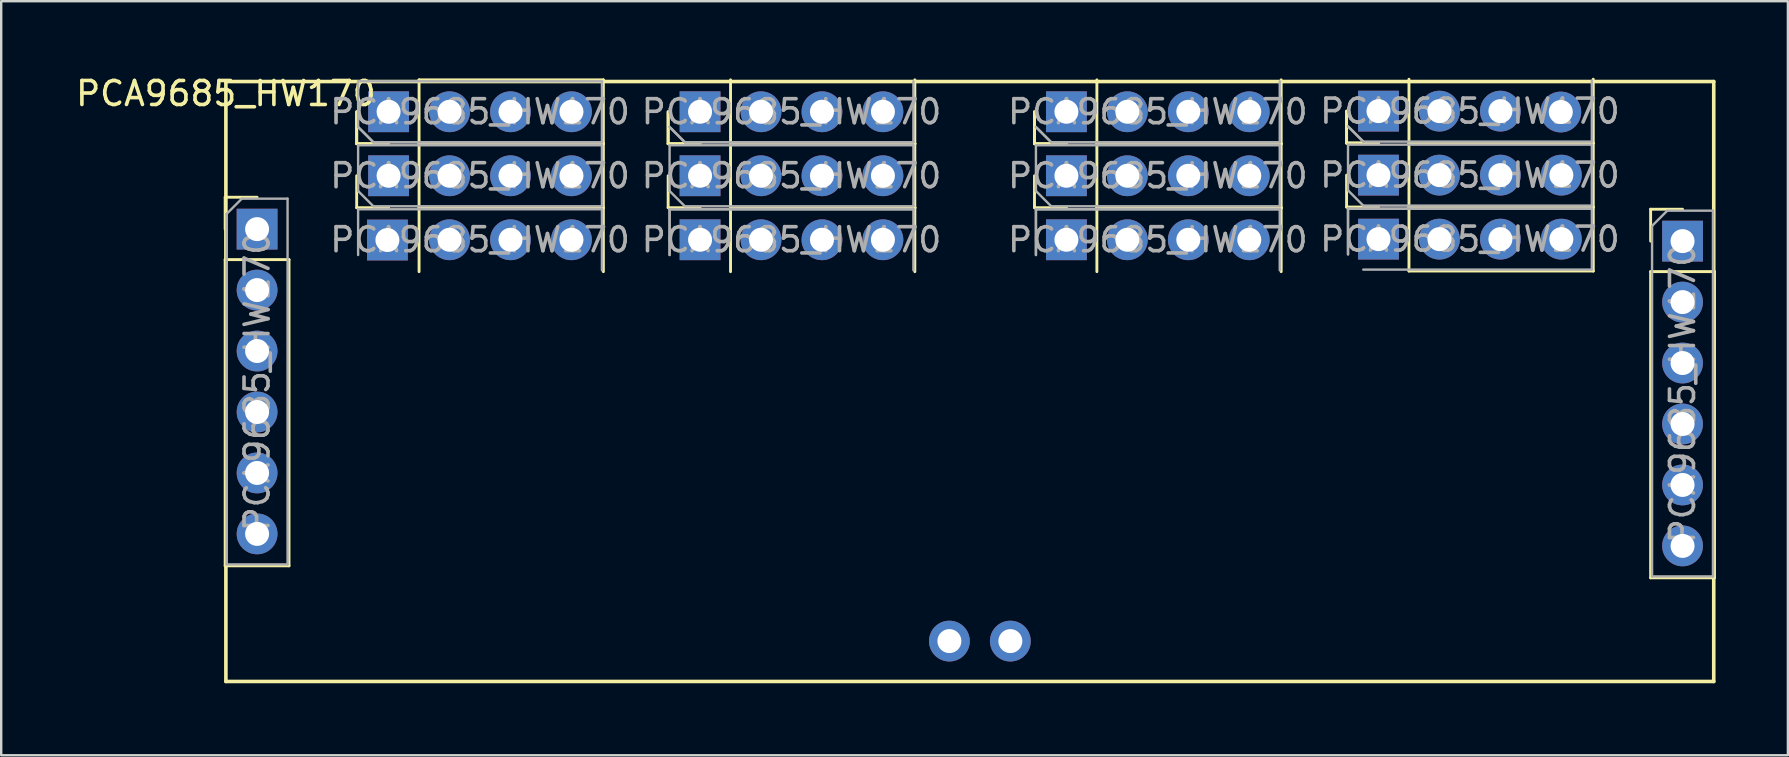
<source format=kicad_pcb>
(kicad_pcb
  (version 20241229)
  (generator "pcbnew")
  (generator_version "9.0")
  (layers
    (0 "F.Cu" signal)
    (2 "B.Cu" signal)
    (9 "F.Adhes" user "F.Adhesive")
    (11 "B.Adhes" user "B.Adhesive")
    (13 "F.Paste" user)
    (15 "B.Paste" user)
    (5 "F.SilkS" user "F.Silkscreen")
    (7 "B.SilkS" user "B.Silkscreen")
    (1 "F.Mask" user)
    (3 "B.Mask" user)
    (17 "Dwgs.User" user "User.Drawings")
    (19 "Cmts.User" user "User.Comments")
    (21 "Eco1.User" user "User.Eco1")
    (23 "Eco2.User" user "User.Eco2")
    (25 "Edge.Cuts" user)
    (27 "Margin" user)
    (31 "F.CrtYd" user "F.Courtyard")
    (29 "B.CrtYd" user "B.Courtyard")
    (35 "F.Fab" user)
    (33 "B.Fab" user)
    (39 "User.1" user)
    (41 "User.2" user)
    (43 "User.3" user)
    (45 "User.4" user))
  (footprint "PCA9685_HW170"
    (layer "F.Cu")
    (at 6.363 0.348)
    (property "Reference" "PCA9685_HW170" (at 0 0.5 0) (layer "F.SilkS") (effects (font (size 1 1) (thickness 0.15))))
    (attr through_hole)
    (fp_line (start -0.03 4.82) (end 1.3 4.82) (stroke (width 0.12) (type solid)) (layer "F.SilkS"))
    (fp_line (start -0.03 6.15) (end -0.03 4.82) (stroke (width 0.12) (type solid)) (layer "F.SilkS"))
    (fp_line (start -0.03 7.42) (end -0.03 20.18) (stroke (width 0.12) (type solid)) (layer "F.SilkS"))
    (fp_line (start -0.03 7.42) (end 2.63 7.42) (stroke (width 0.12) (type solid)) (layer "F.SilkS"))
    (fp_line (start -0.03 20.18) (end 2.63 20.18) (stroke (width 0.12) (type solid)) (layer "F.SilkS"))
    (fp_line (start 0 0) (end 0 25) (stroke (width 0.15) (type solid)) (layer "F.SilkS"))
    (fp_line (start 0 0) (end 62 0) (stroke (width 0.15) (type solid)) (layer "F.SilkS"))
    (fp_line (start 0 25) (end 62 25) (stroke (width 0.15) (type solid)) (layer "F.SilkS"))
    (fp_line (start 2.63 7.42) (end 2.63 20.18) (stroke (width 0.12) (type solid)) (layer "F.SilkS"))
    (fp_line (start 5.45 2.589) (end 5.45 1.259) (stroke (width 0.12) (type solid)) (layer "F.SilkS"))
    (fp_line (start 5.45 2.589) (end 5.45 1.259) (stroke (width 0.12) (type solid)) (layer "F.SilkS"))
    (fp_line (start 5.45 5.256) (end 5.45 3.926) (stroke (width 0.12) (type solid)) (layer "F.SilkS"))
    (fp_line (start 6.78 2.589) (end 5.45 2.589) (stroke (width 0.12) (type solid)) (layer "F.SilkS"))
    (fp_line (start 6.78 2.589) (end 5.45 2.589) (stroke (width 0.12) (type solid)) (layer "F.SilkS"))
    (fp_line (start 6.78 5.256) (end 5.45 5.256) (stroke (width 0.12) (type solid)) (layer "F.SilkS"))
    (fp_line (start 8.05 -0.071) (end 15.73 -0.071) (stroke (width 0.12) (type solid)) (layer "F.SilkS"))
    (fp_line (start 8.05 2.589) (end 8.05 -0.071) (stroke (width 0.12) (type solid)) (layer "F.SilkS"))
    (fp_line (start 8.05 2.589) (end 15.73 2.589) (stroke (width 0.12) (type solid)) (layer "F.SilkS"))
    (fp_line (start 8.05 2.589) (end 15.73 2.589) (stroke (width 0.12) (type solid)) (layer "F.SilkS"))
    (fp_line (start 8.05 2.596) (end 15.73 2.596) (stroke (width 0.12) (type solid)) (layer "F.SilkS"))
    (fp_line (start 8.05 5.256) (end 8.05 2.596) (stroke (width 0.12) (type solid)) (layer "F.SilkS"))
    (fp_line (start 8.05 5.256) (end 15.73 5.256) (stroke (width 0.12) (type solid)) (layer "F.SilkS"))
    (fp_line (start 8.05 5.263) (end 15.73 5.263) (stroke (width 0.12) (type solid)) (layer "F.SilkS"))
    (fp_line (start 8.05 7.923) (end 8.05 5.263) (stroke (width 0.12) (type solid)) (layer "F.SilkS"))
    (fp_line (start 15.73 2.589) (end 15.73 -0.071) (stroke (width 0.12) (type solid)) (layer "F.SilkS"))
    (fp_line (start 15.73 5.256) (end 15.73 2.596) (stroke (width 0.12) (type solid)) (layer "F.SilkS"))
    (fp_line (start 15.73 7.923) (end 15.73 5.263) (stroke (width 0.12) (type solid)) (layer "F.SilkS"))
    (fp_line (start 18.429 2.589) (end 18.429 1.259) (stroke (width 0.12) (type solid)) (layer "F.SilkS"))
    (fp_line (start 18.429 2.589) (end 18.429 1.259) (stroke (width 0.12) (type solid)) (layer "F.SilkS"))
    (fp_line (start 18.429 5.256) (end 18.429 3.926) (stroke (width 0.12) (type solid)) (layer "F.SilkS"))
    (fp_line (start 19.759 2.589) (end 18.429 2.589) (stroke (width 0.12) (type solid)) (layer "F.SilkS"))
    (fp_line (start 19.759 2.589) (end 18.429 2.589) (stroke (width 0.12) (type solid)) (layer "F.SilkS"))
    (fp_line (start 19.759 5.256) (end 18.429 5.256) (stroke (width 0.12) (type solid)) (layer "F.SilkS"))
    (fp_line (start 21.029 2.589) (end 21.029 -0.071) (stroke (width 0.12) (type solid)) (layer "F.SilkS"))
    (fp_line (start 21.029 2.589) (end 28.709 2.589) (stroke (width 0.12) (type solid)) (layer "F.SilkS"))
    (fp_line (start 21.029 2.589) (end 28.709 2.589) (stroke (width 0.12) (type solid)) (layer "F.SilkS"))
    (fp_line (start 21.029 2.596) (end 28.709 2.596) (stroke (width 0.12) (type solid)) (layer "F.SilkS"))
    (fp_line (start 21.029 5.256) (end 21.029 2.596) (stroke (width 0.12) (type solid)) (layer "F.SilkS"))
    (fp_line (start 21.029 5.256) (end 28.709 5.256) (stroke (width 0.12) (type solid)) (layer "F.SilkS"))
    (fp_line (start 21.029 5.263) (end 28.709 5.263) (stroke (width 0.12) (type solid)) (layer "F.SilkS"))
    (fp_line (start 21.029 5.263) (end 28.709 5.263) (stroke (width 0.12) (type solid)) (layer "F.SilkS"))
    (fp_line (start 21.029 7.923) (end 21.029 5.263) (stroke (width 0.12) (type solid)) (layer "F.SilkS"))
    (fp_line (start 28.709 2.589) (end 28.709 -0.071) (stroke (width 0.12) (type solid)) (layer "F.SilkS"))
    (fp_line (start 28.709 5.256) (end 28.709 2.596) (stroke (width 0.12) (type solid)) (layer "F.SilkS"))
    (fp_line (start 28.709 7.923) (end 28.709 5.263) (stroke (width 0.12) (type solid)) (layer "F.SilkS"))
    (fp_line (start 33.695 2.589) (end 33.695 1.259) (stroke (width 0.12) (type solid)) (layer "F.SilkS"))
    (fp_line (start 33.695 2.589) (end 33.695 1.259) (stroke (width 0.12) (type solid)) (layer "F.SilkS"))
    (fp_line (start 33.695 5.256) (end 33.695 3.926) (stroke (width 0.12) (type solid)) (layer "F.SilkS"))
    (fp_line (start 35.025 2.589) (end 33.695 2.589) (stroke (width 0.12) (type solid)) (layer "F.SilkS"))
    (fp_line (start 35.025 2.589) (end 33.695 2.589) (stroke (width 0.12) (type solid)) (layer "F.SilkS"))
    (fp_line (start 35.025 5.256) (end 33.695 5.256) (stroke (width 0.12) (type solid)) (layer "F.SilkS"))
    (fp_line (start 36.295 2.589) (end 36.295 -0.071) (stroke (width 0.12) (type solid)) (layer "F.SilkS"))
    (fp_line (start 36.295 2.589) (end 43.975 2.589) (stroke (width 0.12) (type solid)) (layer "F.SilkS"))
    (fp_line (start 36.295 2.589) (end 43.975 2.589) (stroke (width 0.12) (type solid)) (layer "F.SilkS"))
    (fp_line (start 36.295 2.596) (end 43.975 2.596) (stroke (width 0.12) (type solid)) (layer "F.SilkS"))
    (fp_line (start 36.295 5.256) (end 36.295 2.596) (stroke (width 0.12) (type solid)) (layer "F.SilkS"))
    (fp_line (start 36.295 5.256) (end 43.975 5.256) (stroke (width 0.12) (type solid)) (layer "F.SilkS"))
    (fp_line (start 36.295 5.263) (end 43.975 5.263) (stroke (width 0.12) (type solid)) (layer "F.SilkS"))
    (fp_line (start 36.295 5.263) (end 43.975 5.263) (stroke (width 0.12) (type solid)) (layer "F.SilkS"))
    (fp_line (start 36.295 7.923) (end 36.295 5.263) (stroke (width 0.12) (type solid)) (layer "F.SilkS"))
    (fp_line (start 43.975 2.589) (end 43.975 -0.071) (stroke (width 0.12) (type solid)) (layer "F.SilkS"))
    (fp_line (start 43.975 5.256) (end 43.975 2.596) (stroke (width 0.12) (type solid)) (layer "F.SilkS"))
    (fp_line (start 43.975 7.923) (end 43.975 5.263) (stroke (width 0.12) (type solid)) (layer "F.SilkS"))
    (fp_line (start 46.7 2.563) (end 46.7 1.233) (stroke (width 0.12) (type solid)) (layer "F.SilkS"))
    (fp_line (start 46.7 2.563) (end 46.7 1.233) (stroke (width 0.12) (type solid)) (layer "F.SilkS"))
    (fp_line (start 46.7 5.23) (end 46.7 3.9) (stroke (width 0.12) (type solid)) (layer "F.SilkS"))
    (fp_line (start 48.03 2.563) (end 46.7 2.563) (stroke (width 0.12) (type solid)) (layer "F.SilkS"))
    (fp_line (start 48.03 2.563) (end 46.7 2.563) (stroke (width 0.12) (type solid)) (layer "F.SilkS"))
    (fp_line (start 48.03 5.23) (end 46.7 5.23) (stroke (width 0.12) (type solid)) (layer "F.SilkS"))
    (fp_line (start 49.3 2.563) (end 49.3 -0.097) (stroke (width 0.12) (type solid)) (layer "F.SilkS"))
    (fp_line (start 49.3 2.563) (end 56.98 2.563) (stroke (width 0.12) (type solid)) (layer "F.SilkS"))
    (fp_line (start 49.3 2.57) (end 56.98 2.57) (stroke (width 0.12) (type solid)) (layer "F.SilkS"))
    (fp_line (start 49.3 5.23) (end 49.3 2.57) (stroke (width 0.12) (type solid)) (layer "F.SilkS"))
    (fp_line (start 49.3 5.23) (end 56.98 5.23) (stroke (width 0.12) (type solid)) (layer "F.SilkS"))
    (fp_line (start 49.3 5.237) (end 56.98 5.237) (stroke (width 0.12) (type solid)) (layer "F.SilkS"))
    (fp_line (start 49.3 5.237) (end 56.98 5.237) (stroke (width 0.12) (type solid)) (layer "F.SilkS"))
    (fp_line (start 49.3 7.897) (end 49.3 5.237) (stroke (width 0.12) (type solid)) (layer "F.SilkS"))
    (fp_line (start 49.3 7.897) (end 56.98 7.897) (stroke (width 0.12) (type solid)) (layer "F.SilkS"))
    (fp_line (start 56.98 2.563) (end 56.98 -0.097) (stroke (width 0.12) (type solid)) (layer "F.SilkS"))
    (fp_line (start 56.98 5.23) (end 56.98 2.57) (stroke (width 0.12) (type solid)) (layer "F.SilkS"))
    (fp_line (start 56.98 7.897) (end 56.98 5.237) (stroke (width 0.12) (type solid)) (layer "F.SilkS"))
    (fp_line (start 59.37 5.32) (end 60.7 5.32) (stroke (width 0.12) (type solid)) (layer "F.SilkS"))
    (fp_line (start 59.37 6.65) (end 59.37 5.32) (stroke (width 0.12) (type solid)) (layer "F.SilkS"))
    (fp_line (start 59.37 7.92) (end 59.37 20.68) (stroke (width 0.12) (type solid)) (layer "F.SilkS"))
    (fp_line (start 59.37 7.92) (end 62.03 7.92) (stroke (width 0.12) (type solid)) (layer "F.SilkS"))
    (fp_line (start 59.37 20.68) (end 62.03 20.68) (stroke (width 0.12) (type solid)) (layer "F.SilkS"))
    (fp_line (start 62 0) (end 62 25) (stroke (width 0.15) (type solid)) (layer "F.SilkS"))
    (fp_line (start 62.03 7.92) (end 62.03 20.68) (stroke (width 0.12) (type solid)) (layer "F.SilkS"))
    (fp_line (start 0.03 5.515) (end 0.665 4.88) (stroke (width 0.1) (type solid)) (layer "F.Fab"))
    (fp_line (start 0.03 20.12) (end 0.03 5.515) (stroke (width 0.1) (type solid)) (layer "F.Fab"))
    (fp_line (start 0.665 4.88) (end 2.57 4.88) (stroke (width 0.1) (type solid)) (layer "F.Fab"))
    (fp_line (start 2.57 4.88) (end 2.57 20.12) (stroke (width 0.1) (type solid)) (layer "F.Fab"))
    (fp_line (start 2.57 20.12) (end 0.03 20.12) (stroke (width 0.1) (type solid)) (layer "F.Fab"))
    (fp_line (start 5.51 -0.011) (end 15.67 -0.011) (stroke (width 0.1) (type solid)) (layer "F.Fab"))
    (fp_line (start 5.51 1.894) (end 5.51 -0.011) (stroke (width 0.1) (type solid)) (layer "F.Fab"))
    (fp_line (start 5.51 2.656) (end 15.67 2.656) (stroke (width 0.1) (type solid)) (layer "F.Fab"))
    (fp_line (start 5.51 4.561) (end 5.51 2.656) (stroke (width 0.1) (type solid)) (layer "F.Fab"))
    (fp_line (start 5.51 5.323) (end 15.67 5.323) (stroke (width 0.1) (type solid)) (layer "F.Fab"))
    (fp_line (start 5.51 7.228) (end 5.51 5.323) (stroke (width 0.1) (type solid)) (layer "F.Fab"))
    (fp_line (start 6.145 2.529) (end 5.51 1.894) (stroke (width 0.1) (type solid)) (layer "F.Fab"))
    (fp_line (start 6.145 2.529) (end 5.51 1.894) (stroke (width 0.1) (type solid)) (layer "F.Fab"))
    (fp_line (start 6.145 5.196) (end 5.51 4.561) (stroke (width 0.1) (type solid)) (layer "F.Fab"))
    (fp_line (start 15.67 -0.011) (end 15.67 2.529) (stroke (width 0.1) (type solid)) (layer "F.Fab"))
    (fp_line (start 15.67 2.529) (end 6.145 2.529) (stroke (width 0.1) (type solid)) (layer "F.Fab"))
    (fp_line (start 15.67 2.529) (end 6.145 2.529) (stroke (width 0.1) (type solid)) (layer "F.Fab"))
    (fp_line (start 15.67 2.656) (end 15.67 5.196) (stroke (width 0.1) (type solid)) (layer "F.Fab"))
    (fp_line (start 15.67 5.196) (end 6.145 5.196) (stroke (width 0.1) (type solid)) (layer "F.Fab"))
    (fp_line (start 15.67 5.323) (end 15.67 7.863) (stroke (width 0.1) (type solid)) (layer "F.Fab"))
    (fp_line (start 18.489 2.656) (end 28.649 2.656) (stroke (width 0.1) (type solid)) (layer "F.Fab"))
    (fp_line (start 18.489 4.561) (end 18.489 2.656) (stroke (width 0.1) (type solid)) (layer "F.Fab"))
    (fp_line (start 18.489 5.323) (end 28.649 5.323) (stroke (width 0.1) (type solid)) (layer "F.Fab"))
    (fp_line (start 18.489 5.323) (end 28.649 5.323) (stroke (width 0.1) (type solid)) (layer "F.Fab"))
    (fp_line (start 18.489 7.228) (end 18.489 5.323) (stroke (width 0.1) (type solid)) (layer "F.Fab"))
    (fp_line (start 18.489 7.228) (end 18.489 5.323) (stroke (width 0.1) (type solid)) (layer "F.Fab"))
    (fp_line (start 19.124 2.529) (end 18.489 1.894) (stroke (width 0.1) (type solid)) (layer "F.Fab"))
    (fp_line (start 19.124 2.529) (end 18.489 1.894) (stroke (width 0.1) (type solid)) (layer "F.Fab"))
    (fp_line (start 19.124 5.196) (end 18.489 4.561) (stroke (width 0.1) (type solid)) (layer "F.Fab"))
    (fp_line (start 28.649 -0.011) (end 28.649 2.529) (stroke (width 0.1) (type solid)) (layer "F.Fab"))
    (fp_line (start 28.649 2.529) (end 19.124 2.529) (stroke (width 0.1) (type solid)) (layer "F.Fab"))
    (fp_line (start 28.649 2.529) (end 19.124 2.529) (stroke (width 0.1) (type solid)) (layer "F.Fab"))
    (fp_line (start 28.649 2.656) (end 28.649 5.196) (stroke (width 0.1) (type solid)) (layer "F.Fab"))
    (fp_line (start 28.649 5.196) (end 19.124 5.196) (stroke (width 0.1) (type solid)) (layer "F.Fab"))
    (fp_line (start 28.649 5.323) (end 28.649 7.863) (stroke (width 0.1) (type solid)) (layer "F.Fab"))
    (fp_line (start 33.755 2.656) (end 43.915 2.656) (stroke (width 0.1) (type solid)) (layer "F.Fab"))
    (fp_line (start 33.755 4.561) (end 33.755 2.656) (stroke (width 0.1) (type solid)) (layer "F.Fab"))
    (fp_line (start 33.755 5.323) (end 43.915 5.323) (stroke (width 0.1) (type solid)) (layer "F.Fab"))
    (fp_line (start 33.755 5.323) (end 43.915 5.323) (stroke (width 0.1) (type solid)) (layer "F.Fab"))
    (fp_line (start 33.755 7.228) (end 33.755 5.323) (stroke (width 0.1) (type solid)) (layer "F.Fab"))
    (fp_line (start 33.755 7.228) (end 33.755 5.323) (stroke (width 0.1) (type solid)) (layer "F.Fab"))
    (fp_line (start 34.39 2.529) (end 33.755 1.894) (stroke (width 0.1) (type solid)) (layer "F.Fab"))
    (fp_line (start 34.39 2.529) (end 33.755 1.894) (stroke (width 0.1) (type solid)) (layer "F.Fab"))
    (fp_line (start 34.39 5.196) (end 33.755 4.561) (stroke (width 0.1) (type solid)) (layer "F.Fab"))
    (fp_line (start 43.915 -0.011) (end 43.915 2.529) (stroke (width 0.1) (type solid)) (layer "F.Fab"))
    (fp_line (start 43.915 2.529) (end 34.39 2.529) (stroke (width 0.1) (type solid)) (layer "F.Fab"))
    (fp_line (start 43.915 2.529) (end 34.39 2.529) (stroke (width 0.1) (type solid)) (layer "F.Fab"))
    (fp_line (start 43.915 2.656) (end 43.915 5.196) (stroke (width 0.1) (type solid)) (layer "F.Fab"))
    (fp_line (start 43.915 5.196) (end 34.39 5.196) (stroke (width 0.1) (type solid)) (layer "F.Fab"))
    (fp_line (start 43.915 5.323) (end 43.915 7.863) (stroke (width 0.1) (type solid)) (layer "F.Fab"))
    (fp_line (start 46.76 2.63) (end 56.92 2.63) (stroke (width 0.1) (type solid)) (layer "F.Fab"))
    (fp_line (start 46.76 4.535) (end 46.76 2.63) (stroke (width 0.1) (type solid)) (layer "F.Fab"))
    (fp_line (start 46.76 5.297) (end 56.92 5.297) (stroke (width 0.1) (type solid)) (layer "F.Fab"))
    (fp_line (start 46.76 5.297) (end 56.92 5.297) (stroke (width 0.1) (type solid)) (layer "F.Fab"))
    (fp_line (start 46.76 7.202) (end 46.76 5.297) (stroke (width 0.1) (type solid)) (layer "F.Fab"))
    (fp_line (start 46.76 7.202) (end 46.76 5.297) (stroke (width 0.1) (type solid)) (layer "F.Fab"))
    (fp_line (start 47.395 2.503) (end 46.76 1.868) (stroke (width 0.1) (type solid)) (layer "F.Fab"))
    (fp_line (start 47.395 2.503) (end 46.76 1.868) (stroke (width 0.1) (type solid)) (layer "F.Fab"))
    (fp_line (start 47.395 5.17) (end 46.76 4.535) (stroke (width 0.1) (type solid)) (layer "F.Fab"))
    (fp_line (start 56.92 -0.037) (end 56.92 2.503) (stroke (width 0.1) (type solid)) (layer "F.Fab"))
    (fp_line (start 56.92 2.503) (end 47.395 2.503) (stroke (width 0.1) (type solid)) (layer "F.Fab"))
    (fp_line (start 56.92 2.63) (end 56.92 5.17) (stroke (width 0.1) (type solid)) (layer "F.Fab"))
    (fp_line (start 56.92 5.17) (end 47.395 5.17) (stroke (width 0.1) (type solid)) (layer "F.Fab"))
    (fp_line (start 56.92 5.297) (end 56.92 7.837) (stroke (width 0.1) (type solid)) (layer "F.Fab"))
    (fp_line (start 56.92 7.837) (end 47.395 7.837) (stroke (width 0.1) (type solid)) (layer "F.Fab"))
    (fp_line (start 59.43 6.015) (end 60.065 5.38) (stroke (width 0.1) (type solid)) (layer "F.Fab"))
    (fp_line (start 59.43 20.62) (end 59.43 6.015) (stroke (width 0.1) (type solid)) (layer "F.Fab"))
    (fp_line (start 60.065 5.38) (end 61.97 5.38) (stroke (width 0.1) (type solid)) (layer "F.Fab"))
    (fp_line (start 61.97 5.38) (end 61.97 20.62) (stroke (width 0.1) (type solid)) (layer "F.Fab"))
    (fp_line (start 61.97 20.62) (end 59.43 20.62) (stroke (width 0.1) (type solid)) (layer "F.Fab"))
    (fp_text user "${REFERENCE}" (at 51.84 6.567 180) (layer "F.Fab") (effects (font (size 1 1) (thickness 0.15))))
    (fp_text user "${REFERENCE}" (at 23.569 3.926 180) (layer "F.Fab") (effects (font (size 1 1) (thickness 0.15))))
    (fp_text user "${REFERENCE}" (at 51.84 1.233 180) (layer "F.Fab") (effects (font (size 1 1) (thickness 0.15))))
    (fp_text user "${REFERENCE}" (at 23.569 1.259 180) (layer "F.Fab") (effects (font (size 1 1) (thickness 0.15))))
    (fp_text user "${REFERENCE}" (at 10.59 3.926 180) (layer "F.Fab") (effects (font (size 1 1) (thickness 0.15))))
    (fp_text user "${REFERENCE}" (at 1.3 12.5 90) (layer "F.Fab") (effects (font (size 1 1) (thickness 0.15))))
    (fp_text user "${REFERENCE}" (at 38.835 6.593 180) (layer "F.Fab") (effects (font (size 1 1) (thickness 0.15))))
    (fp_text user "${REFERENCE}" (at 10.59 1.259 180) (layer "F.Fab") (effects (font (size 1 1) (thickness 0.15))))
    (fp_text user "${REFERENCE}" (at 51.84 3.9 180) (layer "F.Fab") (effects (font (size 1 1) (thickness 0.15))))
    (fp_text user "${REFERENCE}" (at 10.59 6.593 180) (layer "F.Fab") (effects (font (size 1 1) (thickness 0.15))))
    (fp_text user "${REFERENCE}" (at 38.835 3.926 180) (layer "F.Fab") (effects (font (size 1 1) (thickness 0.15))))
    (fp_text user "${REFERENCE}" (at 60.7 13 90) (layer "F.Fab") (effects (font (size 1 1) (thickness 0.15))))
    (fp_text user "${REFERENCE}" (at 23.569 6.593 180) (layer "F.Fab") (effects (font (size 1 1) (thickness 0.15))))
    (fp_text user "${REFERENCE}" (at 38.835 1.259 180) (layer "F.Fab") (effects (font (size 1 1) (thickness 0.15))))
    (pad "1" thru_hole oval (at 55.65 6.567 90) (size 1.7 1.7) (drill 1) (layers "*.Cu" "*.Mask"))
    (pad "2" thru_hole oval (at 53.11 6.567 90) (size 1.7 1.7) (drill 1) (layers "*.Cu" "*.Mask"))
    (pad "3" thru_hole oval (at 50.57 6.567 90) (size 1.7 1.7) (drill 1) (layers "*.Cu" "*.Mask"))
    (pad "4" thru_hole rect (at 48.03 6.567 90) (size 1.7 1.7) (drill 1) (layers "*.Cu" "*.Mask"))
    (pad "5" thru_hole oval (at 42.645 6.593 90) (size 1.7 1.7) (drill 1) (layers "*.Cu" "*.Mask"))
    (pad "6" thru_hole oval (at 40.105 6.593 90) (size 1.7 1.7) (drill 1) (layers "*.Cu" "*.Mask"))
    (pad "7" thru_hole oval (at 37.565 6.593 90) (size 1.7 1.7) (drill 1) (layers "*.Cu" "*.Mask"))
    (pad "8" thru_hole rect (at 35.025 6.593 90) (size 1.7 1.7) (drill 1) (layers "*.Cu" "*.Mask"))
    (pad "9" thru_hole oval (at 27.379 6.593 90) (size 1.7 1.7) (drill 1) (layers "*.Cu" "*.Mask"))
    (pad "10" thru_hole oval (at 24.839 6.593 90) (size 1.7 1.7) (drill 1) (layers "*.Cu" "*.Mask"))
    (pad "11" thru_hole oval (at 22.299 6.593 90) (size 1.7 1.7) (drill 1) (layers "*.Cu" "*.Mask"))
    (pad "12" thru_hole rect (at 19.759 6.593 90) (size 1.7 1.7) (drill 1) (layers "*.Cu" "*.Mask"))
    (pad "13" thru_hole oval (at 14.4 6.593 90) (size 1.7 1.7) (drill 1) (layers "*.Cu" "*.Mask"))
    (pad "14" thru_hole oval (at 11.86 6.593 90) (size 1.7 1.7) (drill 1) (layers "*.Cu" "*.Mask"))
    (pad "15" thru_hole oval (at 9.32 6.593 90) (size 1.7 1.7) (drill 1) (layers "*.Cu" "*.Mask"))
    (pad "16" thru_hole rect (at 6.731 6.604 90) (size 1.7 1.7) (drill 1) (layers "*.Cu" "*.Mask"))
    (pad "17" thru_hole oval (at 60.7 19.35) (size 1.7 1.7) (drill 1) (layers "*.Cu" "*.Mask"))
    (pad "18" thru_hole oval (at 60.7 16.81) (size 1.7 1.7) (drill 1) (layers "*.Cu" "*.Mask"))
    (pad "19" thru_hole oval (at 60.7 14.27) (size 1.7 1.7) (drill 1) (layers "*.Cu" "*.Mask"))
    (pad "20" thru_hole oval (at 60.7 11.73) (size 1.7 1.7) (drill 1) (layers "*.Cu" "*.Mask"))
    (pad "21" thru_hole oval (at 60.7 9.19) (size 1.7 1.7) (drill 1) (layers "*.Cu" "*.Mask"))
    (pad "22" thru_hole rect (at 60.7 6.65) (size 1.7 1.7) (drill 1) (layers "*.Cu" "*.Mask"))
    (pad "23" thru_hole oval (at 1.3 18.85) (size 1.7 1.7) (drill 1) (layers "*.Cu" "*.Mask"))
    (pad "24" thru_hole oval (at 1.3 16.31) (size 1.7 1.7) (drill 1) (layers "*.Cu" "*.Mask"))
    (pad "25" thru_hole oval (at 1.3 13.77) (size 1.7 1.7) (drill 1) (layers "*.Cu" "*.Mask"))
    (pad "26" thru_hole oval (at 1.3 11.23) (size 1.7 1.7) (drill 1) (layers "*.Cu" "*.Mask"))
    (pad "27" thru_hole oval (at 1.3 8.69) (size 1.7 1.7) (drill 1) (layers "*.Cu" "*.Mask"))
    (pad "28" thru_hole rect (at 1.3 6.15) (size 1.7 1.7) (drill 1) (layers "*.Cu" "*.Mask"))
    (pad "29" thru_hole rect (at 6.78 3.926 90) (size 1.7 1.7) (drill 1) (layers "*.Cu" "*.Mask"))
    (pad "29" thru_hole oval (at 9.32 3.926 90) (size 1.7 1.7) (drill 1) (layers "*.Cu" "*.Mask"))
    (pad "29" thru_hole oval (at 11.86 3.926 90) (size 1.7 1.7) (drill 1) (layers "*.Cu" "*.Mask"))
    (pad "29" thru_hole oval (at 14.4 3.926 90) (size 1.7 1.7) (drill 1) (layers "*.Cu" "*.Mask"))
    (pad "29" thru_hole rect (at 19.759 3.926 90) (size 1.7 1.7) (drill 1) (layers "*.Cu" "*.Mask"))
    (pad "29" thru_hole oval (at 22.299 3.926 90) (size 1.7 1.7) (drill 1) (layers "*.Cu" "*.Mask"))
    (pad "29" thru_hole oval (at 24.839 3.926 90) (size 1.7 1.7) (drill 1) (layers "*.Cu" "*.Mask"))
    (pad "29" thru_hole oval (at 27.379 3.926 90) (size 1.7 1.7) (drill 1) (layers "*.Cu" "*.Mask"))
    (pad "29" thru_hole oval (at 32.689 23.317 90) (size 1.7 1.7) (drill 1) (layers "*.Cu" "*.Mask"))
    (pad "29" thru_hole rect (at 35.025 3.926 90) (size 1.7 1.7) (drill 1) (layers "*.Cu" "*.Mask"))
    (pad "29" thru_hole oval (at 37.565 3.926 90) (size 1.7 1.7) (drill 1) (layers "*.Cu" "*.Mask"))
    (pad "29" thru_hole oval (at 40.105 3.926 90) (size 1.7 1.7) (drill 1) (layers "*.Cu" "*.Mask"))
    (pad "29" thru_hole oval (at 42.645 3.926 90) (size 1.7 1.7) (drill 1) (layers "*.Cu" "*.Mask"))
    (pad "29" thru_hole rect (at 48.03 3.9 90) (size 1.7 1.7) (drill 1) (layers "*.Cu" "*.Mask"))
    (pad "29" thru_hole oval (at 50.57 3.9 90) (size 1.7 1.7) (drill 1) (layers "*.Cu" "*.Mask"))
    (pad "29" thru_hole oval (at 53.11 3.9 90) (size 1.7 1.7) (drill 1) (layers "*.Cu" "*.Mask"))
    (pad "29" thru_hole oval (at 55.65 3.9 90) (size 1.7 1.7) (drill 1) (layers "*.Cu" "*.Mask"))
    (pad "30" thru_hole oval (at 30.149 23.317 90) (size 1.7 1.7) (drill 1) (layers "*.Cu" "*.Mask"))
    (pad "31" thru_hole rect (at 6.78 1.259 90) (size 1.7 1.7) (drill 1) (layers "*.Cu" "*.Mask"))
    (pad "31" thru_hole oval (at 9.32 1.259 90) (size 1.7 1.7) (drill 1) (layers "*.Cu" "*.Mask"))
    (pad "31" thru_hole oval (at 11.86 1.259 90) (size 1.7 1.7) (drill 1) (layers "*.Cu" "*.Mask"))
    (pad "31" thru_hole oval (at 14.4 1.259 90) (size 1.7 1.7) (drill 1) (layers "*.Cu" "*.Mask"))
    (pad "32" thru_hole rect (at 19.759 1.259 90) (size 1.7 1.7) (drill 1) (layers "*.Cu" "*.Mask"))
    (pad "32" thru_hole oval (at 22.299 1.259 90) (size 1.7 1.7) (drill 1) (layers "*.Cu" "*.Mask"))
    (pad "32" thru_hole oval (at 24.839 1.259 90) (size 1.7 1.7) (drill 1) (layers "*.Cu" "*.Mask"))
    (pad "32" thru_hole oval (at 27.379 1.259 90) (size 1.7 1.7) (drill 1) (layers "*.Cu" "*.Mask"))
    (pad "33" thru_hole rect (at 35.025 1.259 90) (size 1.7 1.7) (drill 1) (layers "*.Cu" "*.Mask"))
    (pad "33" thru_hole oval (at 37.565 1.259 90) (size 1.7 1.7) (drill 1) (layers "*.Cu" "*.Mask"))
    (pad "33" thru_hole oval (at 40.105 1.259 90) (size 1.7 1.7) (drill 1) (layers "*.Cu" "*.Mask"))
    (pad "33" thru_hole oval (at 42.645 1.259 90) (size 1.7 1.7) (drill 1) (layers "*.Cu" "*.Mask"))
    (pad "34" thru_hole rect (at 48.03 1.233 90) (size 1.7 1.7) (drill 1) (layers "*.Cu" "*.Mask"))
    (pad "34" thru_hole oval (at 50.57 1.233 90) (size 1.7 1.7) (drill 1) (layers "*.Cu" "*.Mask"))
    (pad "34" thru_hole oval (at 53.11 1.233 90) (size 1.7 1.7) (drill 1) (layers "*.Cu" "*.Mask"))
    (pad "34" thru_hole oval (at 55.626 1.27 90) (size 1.7 1.7) (drill 1) (layers "*.Cu" "*.Mask")))
  (gr_rect
    (start -3 -3)
    (end 71.453 28.423)
    (stroke (width 0.1) (type default))
    (fill no)
    (layer "Edge.Cuts")))
</source>
